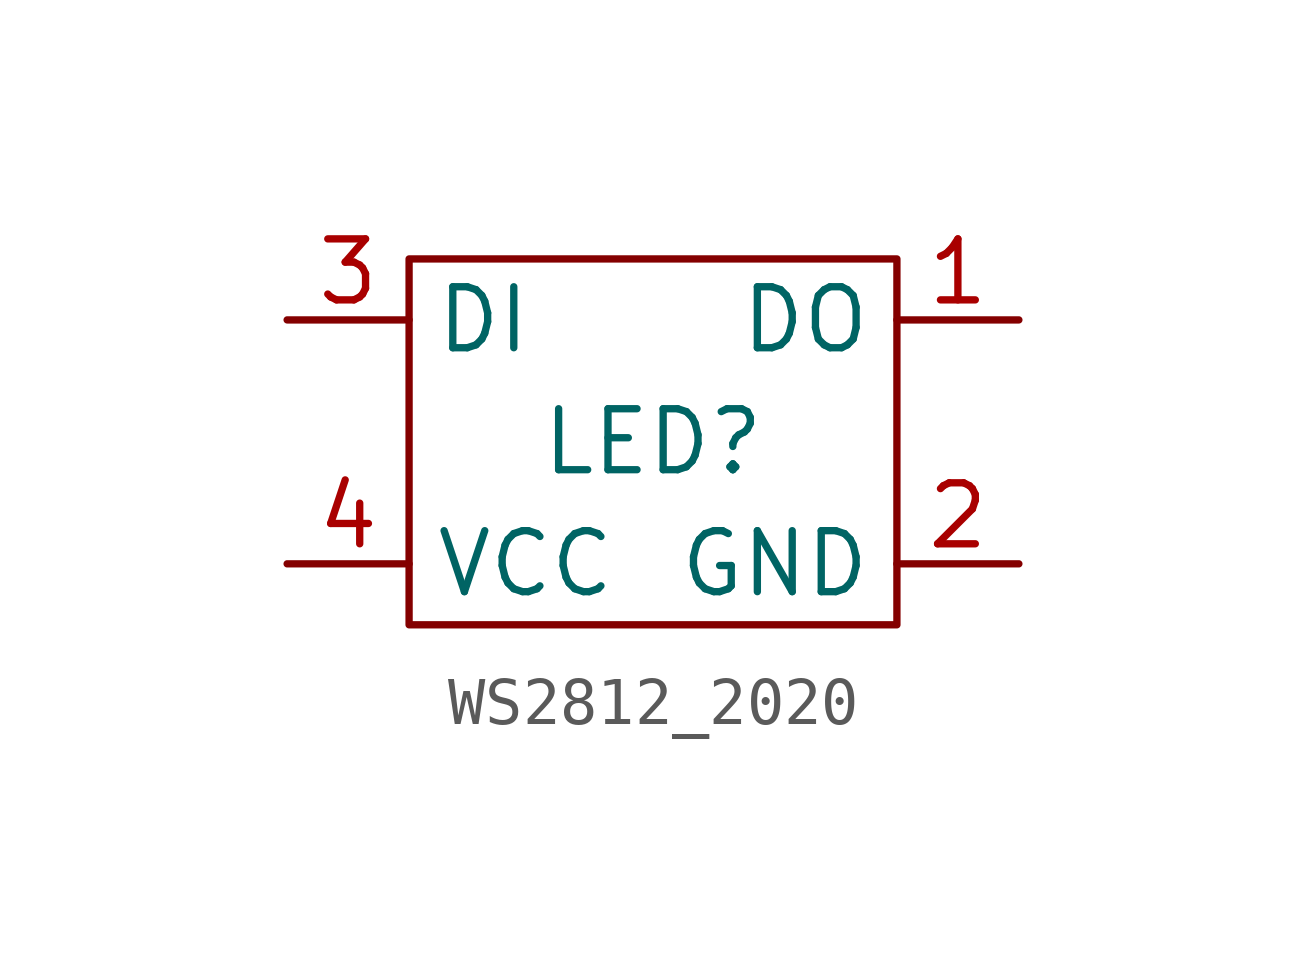
<source format=kicad_sym>
(kicad_symbol_lib
  (version 20241209)
  (generator "kicad_symbol_editor")
  (generator_version "9.0")
  (symbol "WS2812_2020"
    (property "Reference" "LED"
      (at 0 0 0)
      (effects (font (size 1.27 1.27))))
    (property "Value" ""
      (at 0 0 0)
      (effects (font (size 1.27 1.27))))
    (symbol "WS2812_2020_0_1"
      (rectangle (start -5.08 3.81) (end 5.08 -3.81) (stroke (width 0) (type default)) (fill (type none))))
    (symbol "WS2812_2020_1_1"
      (pin input line (at -7.62 2.54 0) (length 2.54) (name "DI" (effects (font (size 1.27 1.27)))) (number "3" (effects (font (size 1.27 1.27)))))
      (pin input line (at -7.62 -2.54 0) (length 2.54) (name "VCC" (effects (font (size 1.27 1.27)))) (number "4" (effects (font (size 1.27 1.27)))))
      (pin input line (at 7.62 2.54 180) (length 2.54) (name "DO" (effects (font (size 1.27 1.27)))) (number "1" (effects (font (size 1.27 1.27)))))
      (pin input line (at 7.62 -2.54 180) (length 2.54) (name "GND" (effects (font (size 1.27 1.27)))) (number "2" (effects (font (size 1.27 1.27))))))))
</source>
